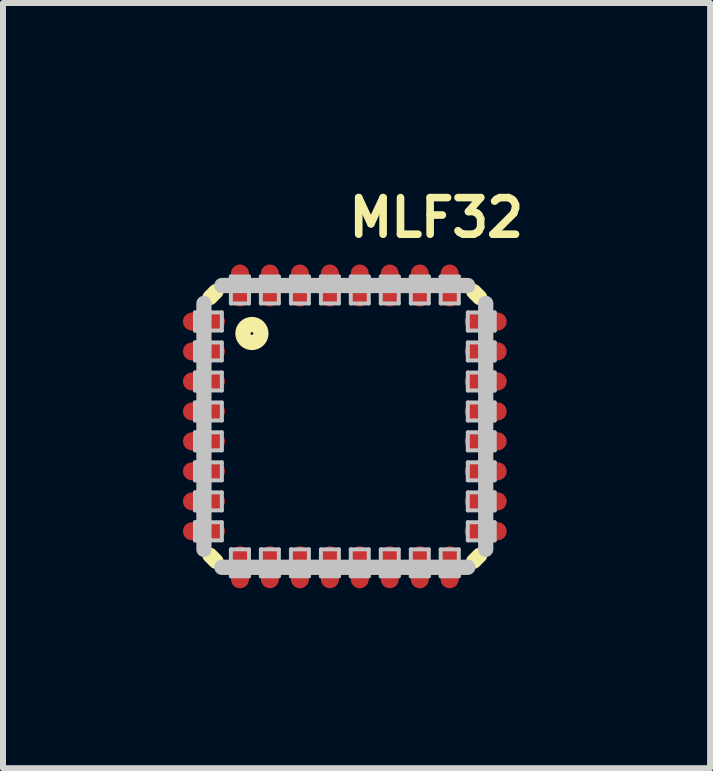
<source format=kicad_pcb>
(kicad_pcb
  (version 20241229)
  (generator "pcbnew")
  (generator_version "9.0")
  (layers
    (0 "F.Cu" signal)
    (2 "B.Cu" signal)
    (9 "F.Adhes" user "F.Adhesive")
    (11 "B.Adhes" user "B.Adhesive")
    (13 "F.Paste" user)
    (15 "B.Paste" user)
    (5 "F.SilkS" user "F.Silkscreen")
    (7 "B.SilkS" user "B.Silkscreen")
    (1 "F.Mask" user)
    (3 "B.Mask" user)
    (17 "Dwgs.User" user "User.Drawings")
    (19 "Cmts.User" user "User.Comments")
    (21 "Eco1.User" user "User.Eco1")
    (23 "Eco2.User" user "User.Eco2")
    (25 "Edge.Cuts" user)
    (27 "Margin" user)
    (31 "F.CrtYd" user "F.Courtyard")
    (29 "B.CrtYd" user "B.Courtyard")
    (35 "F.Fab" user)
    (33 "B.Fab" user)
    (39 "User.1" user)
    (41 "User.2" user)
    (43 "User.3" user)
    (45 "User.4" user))
  (footprint "MLF32"
    (layer "F.Cu")
    (at 2.699 4.059)
    (property "Reference" "MLF32" (at 1.524 -3.48 0) (layer "F.SilkS") (effects (font (size 0.61 0.61) (thickness 0.127))))
    (attr smd)
    (fp_line (start -2.248 -2.149) (end -2.149 -2.248) (stroke (width 0.254) (type solid)) (layer "F.SilkS"))
    (fp_line (start -2.149 2.248) (end -2.248 2.149) (stroke (width 0.254) (type solid)) (layer "F.SilkS"))
    (fp_line (start 2.149 -2.248) (end 2.248 -2.149) (stroke (width 0.254) (type solid)) (layer "F.SilkS"))
    (fp_line (start 2.248 2.149) (end 2.149 2.248) (stroke (width 0.254) (type solid)) (layer "F.SilkS"))
    (fp_circle (center -1.549 -1.549) (end -1.549 -1.699) (stroke (width 0.254) (type solid)) (fill no) (layer "F.SilkS"))
    (fp_line (start -2.499 -1.9) (end -2.05 -1.9) (stroke (width 0.066) (type solid)) (layer "Dwgs.User"))
    (fp_line (start -2.499 -1.598) (end -2.499 -1.9) (stroke (width 0.066) (type solid)) (layer "Dwgs.User"))
    (fp_line (start -2.499 -1.598) (end -2.05 -1.598) (stroke (width 0.066) (type solid)) (layer "Dwgs.User"))
    (fp_line (start -2.499 -1.4) (end -2.05 -1.4) (stroke (width 0.066) (type solid)) (layer "Dwgs.User"))
    (fp_line (start -2.499 -1.1) (end -2.499 -1.4) (stroke (width 0.066) (type solid)) (layer "Dwgs.User"))
    (fp_line (start -2.499 -1.1) (end -2.05 -1.1) (stroke (width 0.066) (type solid)) (layer "Dwgs.User"))
    (fp_line (start -2.499 -0.899) (end -2.05 -0.899) (stroke (width 0.066) (type solid)) (layer "Dwgs.User"))
    (fp_line (start -2.499 -0.599) (end -2.499 -0.899) (stroke (width 0.066) (type solid)) (layer "Dwgs.User"))
    (fp_line (start -2.499 -0.599) (end -2.05 -0.599) (stroke (width 0.066) (type solid)) (layer "Dwgs.User"))
    (fp_line (start -2.499 -0.399) (end -2.05 -0.399) (stroke (width 0.066) (type solid)) (layer "Dwgs.User"))
    (fp_line (start -2.499 -0.099) (end -2.499 -0.399) (stroke (width 0.066) (type solid)) (layer "Dwgs.User"))
    (fp_line (start -2.499 -0.099) (end -2.05 -0.099) (stroke (width 0.066) (type solid)) (layer "Dwgs.User"))
    (fp_line (start -2.499 0.099) (end -2.05 0.099) (stroke (width 0.066) (type solid)) (layer "Dwgs.User"))
    (fp_line (start -2.499 0.399) (end -2.499 0.099) (stroke (width 0.066) (type solid)) (layer "Dwgs.User"))
    (fp_line (start -2.499 0.399) (end -2.05 0.399) (stroke (width 0.066) (type solid)) (layer "Dwgs.User"))
    (fp_line (start -2.499 0.599) (end -2.05 0.599) (stroke (width 0.066) (type solid)) (layer "Dwgs.User"))
    (fp_line (start -2.499 0.899) (end -2.499 0.599) (stroke (width 0.066) (type solid)) (layer "Dwgs.User"))
    (fp_line (start -2.499 0.899) (end -2.05 0.899) (stroke (width 0.066) (type solid)) (layer "Dwgs.User"))
    (fp_line (start -2.499 1.1) (end -2.05 1.1) (stroke (width 0.066) (type solid)) (layer "Dwgs.User"))
    (fp_line (start -2.499 1.4) (end -2.499 1.1) (stroke (width 0.066) (type solid)) (layer "Dwgs.User"))
    (fp_line (start -2.499 1.4) (end -2.05 1.4) (stroke (width 0.066) (type solid)) (layer "Dwgs.User"))
    (fp_line (start -2.499 1.598) (end -2.05 1.598) (stroke (width 0.066) (type solid)) (layer "Dwgs.User"))
    (fp_line (start -2.499 1.9) (end -2.499 1.598) (stroke (width 0.066) (type solid)) (layer "Dwgs.User"))
    (fp_line (start -2.499 1.9) (end -2.05 1.9) (stroke (width 0.066) (type solid)) (layer "Dwgs.User"))
    (fp_line (start -2.349 2.05) (end -2.349 -2.05) (stroke (width 0.254) (type solid)) (layer "Dwgs.User"))
    (fp_line (start -2.05 -2.349) (end 2.05 -2.349) (stroke (width 0.254) (type solid)) (layer "Dwgs.User"))
    (fp_line (start -2.05 -1.598) (end -2.05 -1.9) (stroke (width 0.066) (type solid)) (layer "Dwgs.User"))
    (fp_line (start -2.05 -1.1) (end -2.05 -1.4) (stroke (width 0.066) (type solid)) (layer "Dwgs.User"))
    (fp_line (start -2.05 -0.599) (end -2.05 -0.899) (stroke (width 0.066) (type solid)) (layer "Dwgs.User"))
    (fp_line (start -2.05 -0.099) (end -2.05 -0.399) (stroke (width 0.066) (type solid)) (layer "Dwgs.User"))
    (fp_line (start -2.05 0.399) (end -2.05 0.099) (stroke (width 0.066) (type solid)) (layer "Dwgs.User"))
    (fp_line (start -2.05 0.899) (end -2.05 0.599) (stroke (width 0.066) (type solid)) (layer "Dwgs.User"))
    (fp_line (start -2.05 1.4) (end -2.05 1.1) (stroke (width 0.066) (type solid)) (layer "Dwgs.User"))
    (fp_line (start -2.05 1.9) (end -2.05 1.598) (stroke (width 0.066) (type solid)) (layer "Dwgs.User"))
    (fp_line (start -1.9 -2.499) (end -1.598 -2.499) (stroke (width 0.066) (type solid)) (layer "Dwgs.User"))
    (fp_line (start -1.9 -2.05) (end -1.9 -2.499) (stroke (width 0.066) (type solid)) (layer "Dwgs.User"))
    (fp_line (start -1.9 -2.05) (end -1.598 -2.05) (stroke (width 0.066) (type solid)) (layer "Dwgs.User"))
    (fp_line (start -1.9 2.05) (end -1.598 2.05) (stroke (width 0.066) (type solid)) (layer "Dwgs.User"))
    (fp_line (start -1.9 2.499) (end -1.9 2.05) (stroke (width 0.066) (type solid)) (layer "Dwgs.User"))
    (fp_line (start -1.9 2.499) (end -1.598 2.499) (stroke (width 0.066) (type solid)) (layer "Dwgs.User"))
    (fp_line (start -1.598 -2.05) (end -1.598 -2.499) (stroke (width 0.066) (type solid)) (layer "Dwgs.User"))
    (fp_line (start -1.598 2.499) (end -1.598 2.05) (stroke (width 0.066) (type solid)) (layer "Dwgs.User"))
    (fp_line (start -1.4 -2.499) (end -1.1 -2.499) (stroke (width 0.066) (type solid)) (layer "Dwgs.User"))
    (fp_line (start -1.4 -2.05) (end -1.4 -2.499) (stroke (width 0.066) (type solid)) (layer "Dwgs.User"))
    (fp_line (start -1.4 -2.05) (end -1.1 -2.05) (stroke (width 0.066) (type solid)) (layer "Dwgs.User"))
    (fp_line (start -1.4 2.05) (end -1.1 2.05) (stroke (width 0.066) (type solid)) (layer "Dwgs.User"))
    (fp_line (start -1.4 2.499) (end -1.4 2.05) (stroke (width 0.066) (type solid)) (layer "Dwgs.User"))
    (fp_line (start -1.4 2.499) (end -1.1 2.499) (stroke (width 0.066) (type solid)) (layer "Dwgs.User"))
    (fp_line (start -1.1 -2.05) (end -1.1 -2.499) (stroke (width 0.066) (type solid)) (layer "Dwgs.User"))
    (fp_line (start -1.1 2.499) (end -1.1 2.05) (stroke (width 0.066) (type solid)) (layer "Dwgs.User"))
    (fp_line (start -0.899 -2.499) (end -0.599 -2.499) (stroke (width 0.066) (type solid)) (layer "Dwgs.User"))
    (fp_line (start -0.899 -2.05) (end -0.899 -2.499) (stroke (width 0.066) (type solid)) (layer "Dwgs.User"))
    (fp_line (start -0.899 -2.05) (end -0.599 -2.05) (stroke (width 0.066) (type solid)) (layer "Dwgs.User"))
    (fp_line (start -0.899 2.05) (end -0.599 2.05) (stroke (width 0.066) (type solid)) (layer "Dwgs.User"))
    (fp_line (start -0.899 2.499) (end -0.899 2.05) (stroke (width 0.066) (type solid)) (layer "Dwgs.User"))
    (fp_line (start -0.899 2.499) (end -0.599 2.499) (stroke (width 0.066) (type solid)) (layer "Dwgs.User"))
    (fp_line (start -0.599 -2.05) (end -0.599 -2.499) (stroke (width 0.066) (type solid)) (layer "Dwgs.User"))
    (fp_line (start -0.599 2.499) (end -0.599 2.05) (stroke (width 0.066) (type solid)) (layer "Dwgs.User"))
    (fp_line (start -0.399 -2.499) (end -0.099 -2.499) (stroke (width 0.066) (type solid)) (layer "Dwgs.User"))
    (fp_line (start -0.399 -2.05) (end -0.399 -2.499) (stroke (width 0.066) (type solid)) (layer "Dwgs.User"))
    (fp_line (start -0.399 -2.05) (end -0.099 -2.05) (stroke (width 0.066) (type solid)) (layer "Dwgs.User"))
    (fp_line (start -0.399 2.05) (end -0.099 2.05) (stroke (width 0.066) (type solid)) (layer "Dwgs.User"))
    (fp_line (start -0.399 2.499) (end -0.399 2.05) (stroke (width 0.066) (type solid)) (layer "Dwgs.User"))
    (fp_line (start -0.399 2.499) (end -0.099 2.499) (stroke (width 0.066) (type solid)) (layer "Dwgs.User"))
    (fp_line (start -0.099 -2.05) (end -0.099 -2.499) (stroke (width 0.066) (type solid)) (layer "Dwgs.User"))
    (fp_line (start -0.099 2.499) (end -0.099 2.05) (stroke (width 0.066) (type solid)) (layer "Dwgs.User"))
    (fp_line (start 0.099 -2.499) (end 0.399 -2.499) (stroke (width 0.066) (type solid)) (layer "Dwgs.User"))
    (fp_line (start 0.099 -2.05) (end 0.099 -2.499) (stroke (width 0.066) (type solid)) (layer "Dwgs.User"))
    (fp_line (start 0.099 -2.05) (end 0.399 -2.05) (stroke (width 0.066) (type solid)) (layer "Dwgs.User"))
    (fp_line (start 0.099 2.05) (end 0.399 2.05) (stroke (width 0.066) (type solid)) (layer "Dwgs.User"))
    (fp_line (start 0.099 2.499) (end 0.099 2.05) (stroke (width 0.066) (type solid)) (layer "Dwgs.User"))
    (fp_line (start 0.099 2.499) (end 0.399 2.499) (stroke (width 0.066) (type solid)) (layer "Dwgs.User"))
    (fp_line (start 0.399 -2.05) (end 0.399 -2.499) (stroke (width 0.066) (type solid)) (layer "Dwgs.User"))
    (fp_line (start 0.399 2.499) (end 0.399 2.05) (stroke (width 0.066) (type solid)) (layer "Dwgs.User"))
    (fp_line (start 0.599 -2.499) (end 0.899 -2.499) (stroke (width 0.066) (type solid)) (layer "Dwgs.User"))
    (fp_line (start 0.599 -2.05) (end 0.599 -2.499) (stroke (width 0.066) (type solid)) (layer "Dwgs.User"))
    (fp_line (start 0.599 -2.05) (end 0.899 -2.05) (stroke (width 0.066) (type solid)) (layer "Dwgs.User"))
    (fp_line (start 0.599 2.05) (end 0.899 2.05) (stroke (width 0.066) (type solid)) (layer "Dwgs.User"))
    (fp_line (start 0.599 2.499) (end 0.599 2.05) (stroke (width 0.066) (type solid)) (layer "Dwgs.User"))
    (fp_line (start 0.599 2.499) (end 0.899 2.499) (stroke (width 0.066) (type solid)) (layer "Dwgs.User"))
    (fp_line (start 0.899 -2.05) (end 0.899 -2.499) (stroke (width 0.066) (type solid)) (layer "Dwgs.User"))
    (fp_line (start 0.899 2.499) (end 0.899 2.05) (stroke (width 0.066) (type solid)) (layer "Dwgs.User"))
    (fp_line (start 1.1 -2.499) (end 1.4 -2.499) (stroke (width 0.066) (type solid)) (layer "Dwgs.User"))
    (fp_line (start 1.1 -2.05) (end 1.1 -2.499) (stroke (width 0.066) (type solid)) (layer "Dwgs.User"))
    (fp_line (start 1.1 -2.05) (end 1.4 -2.05) (stroke (width 0.066) (type solid)) (layer "Dwgs.User"))
    (fp_line (start 1.1 2.05) (end 1.4 2.05) (stroke (width 0.066) (type solid)) (layer "Dwgs.User"))
    (fp_line (start 1.1 2.499) (end 1.1 2.05) (stroke (width 0.066) (type solid)) (layer "Dwgs.User"))
    (fp_line (start 1.1 2.499) (end 1.4 2.499) (stroke (width 0.066) (type solid)) (layer "Dwgs.User"))
    (fp_line (start 1.4 -2.05) (end 1.4 -2.499) (stroke (width 0.066) (type solid)) (layer "Dwgs.User"))
    (fp_line (start 1.4 2.499) (end 1.4 2.05) (stroke (width 0.066) (type solid)) (layer "Dwgs.User"))
    (fp_line (start 1.598 -2.499) (end 1.9 -2.499) (stroke (width 0.066) (type solid)) (layer "Dwgs.User"))
    (fp_line (start 1.598 -2.05) (end 1.598 -2.499) (stroke (width 0.066) (type solid)) (layer "Dwgs.User"))
    (fp_line (start 1.598 -2.05) (end 1.9 -2.05) (stroke (width 0.066) (type solid)) (layer "Dwgs.User"))
    (fp_line (start 1.598 2.05) (end 1.9 2.05) (stroke (width 0.066) (type solid)) (layer "Dwgs.User"))
    (fp_line (start 1.598 2.499) (end 1.598 2.05) (stroke (width 0.066) (type solid)) (layer "Dwgs.User"))
    (fp_line (start 1.598 2.499) (end 1.9 2.499) (stroke (width 0.066) (type solid)) (layer "Dwgs.User"))
    (fp_line (start 1.9 -2.05) (end 1.9 -2.499) (stroke (width 0.066) (type solid)) (layer "Dwgs.User"))
    (fp_line (start 1.9 2.499) (end 1.9 2.05) (stroke (width 0.066) (type solid)) (layer "Dwgs.User"))
    (fp_line (start 2.05 -1.9) (end 2.499 -1.9) (stroke (width 0.066) (type solid)) (layer "Dwgs.User"))
    (fp_line (start 2.05 -1.598) (end 2.05 -1.9) (stroke (width 0.066) (type solid)) (layer "Dwgs.User"))
    (fp_line (start 2.05 -1.598) (end 2.499 -1.598) (stroke (width 0.066) (type solid)) (layer "Dwgs.User"))
    (fp_line (start 2.05 -1.4) (end 2.499 -1.4) (stroke (width 0.066) (type solid)) (layer "Dwgs.User"))
    (fp_line (start 2.05 -1.1) (end 2.05 -1.4) (stroke (width 0.066) (type solid)) (layer "Dwgs.User"))
    (fp_line (start 2.05 -1.1) (end 2.499 -1.1) (stroke (width 0.066) (type solid)) (layer "Dwgs.User"))
    (fp_line (start 2.05 -0.899) (end 2.499 -0.899) (stroke (width 0.066) (type solid)) (layer "Dwgs.User"))
    (fp_line (start 2.05 -0.599) (end 2.05 -0.899) (stroke (width 0.066) (type solid)) (layer "Dwgs.User"))
    (fp_line (start 2.05 -0.599) (end 2.499 -0.599) (stroke (width 0.066) (type solid)) (layer "Dwgs.User"))
    (fp_line (start 2.05 -0.399) (end 2.499 -0.399) (stroke (width 0.066) (type solid)) (layer "Dwgs.User"))
    (fp_line (start 2.05 -0.099) (end 2.05 -0.399) (stroke (width 0.066) (type solid)) (layer "Dwgs.User"))
    (fp_line (start 2.05 -0.099) (end 2.499 -0.099) (stroke (width 0.066) (type solid)) (layer "Dwgs.User"))
    (fp_line (start 2.05 0.099) (end 2.499 0.099) (stroke (width 0.066) (type solid)) (layer "Dwgs.User"))
    (fp_line (start 2.05 0.399) (end 2.05 0.099) (stroke (width 0.066) (type solid)) (layer "Dwgs.User"))
    (fp_line (start 2.05 0.399) (end 2.499 0.399) (stroke (width 0.066) (type solid)) (layer "Dwgs.User"))
    (fp_line (start 2.05 0.599) (end 2.499 0.599) (stroke (width 0.066) (type solid)) (layer "Dwgs.User"))
    (fp_line (start 2.05 0.899) (end 2.05 0.599) (stroke (width 0.066) (type solid)) (layer "Dwgs.User"))
    (fp_line (start 2.05 0.899) (end 2.499 0.899) (stroke (width 0.066) (type solid)) (layer "Dwgs.User"))
    (fp_line (start 2.05 1.1) (end 2.499 1.1) (stroke (width 0.066) (type solid)) (layer "Dwgs.User"))
    (fp_line (start 2.05 1.4) (end 2.05 1.1) (stroke (width 0.066) (type solid)) (layer "Dwgs.User"))
    (fp_line (start 2.05 1.4) (end 2.499 1.4) (stroke (width 0.066) (type solid)) (layer "Dwgs.User"))
    (fp_line (start 2.05 1.598) (end 2.499 1.598) (stroke (width 0.066) (type solid)) (layer "Dwgs.User"))
    (fp_line (start 2.05 1.9) (end 2.05 1.598) (stroke (width 0.066) (type solid)) (layer "Dwgs.User"))
    (fp_line (start 2.05 1.9) (end 2.499 1.9) (stroke (width 0.066) (type solid)) (layer "Dwgs.User"))
    (fp_line (start 2.05 2.349) (end -2.05 2.349) (stroke (width 0.254) (type solid)) (layer "Dwgs.User"))
    (fp_line (start 2.349 -2.05) (end 2.349 2.05) (stroke (width 0.254) (type solid)) (layer "Dwgs.User"))
    (fp_line (start 2.499 -1.598) (end 2.499 -1.9) (stroke (width 0.066) (type solid)) (layer "Dwgs.User"))
    (fp_line (start 2.499 -1.1) (end 2.499 -1.4) (stroke (width 0.066) (type solid)) (layer "Dwgs.User"))
    (fp_line (start 2.499 -0.599) (end 2.499 -0.899) (stroke (width 0.066) (type solid)) (layer "Dwgs.User"))
    (fp_line (start 2.499 -0.099) (end 2.499 -0.399) (stroke (width 0.066) (type solid)) (layer "Dwgs.User"))
    (fp_line (start 2.499 0.399) (end 2.499 0.099) (stroke (width 0.066) (type solid)) (layer "Dwgs.User"))
    (fp_line (start 2.499 0.899) (end 2.499 0.599) (stroke (width 0.066) (type solid)) (layer "Dwgs.User"))
    (fp_line (start 2.499 1.4) (end 2.499 1.1) (stroke (width 0.066) (type solid)) (layer "Dwgs.User"))
    (fp_line (start 2.499 1.9) (end 2.499 1.598) (stroke (width 0.066) (type solid)) (layer "Dwgs.User"))
    (pad "1" smd oval (at -2.349 -1.748) (size 0.699 0.3) (layers "F.Cu" "F.Mask" "F.Paste"))
    (pad "2" smd oval (at -2.349 -1.25) (size 0.699 0.3) (layers "F.Cu" "F.Mask" "F.Paste"))
    (pad "3" smd oval (at -2.349 -0.749) (size 0.699 0.3) (layers "F.Cu" "F.Mask" "F.Paste"))
    (pad "4" smd oval (at -2.349 -0.249) (size 0.699 0.3) (layers "F.Cu" "F.Mask" "F.Paste"))
    (pad "5" smd oval (at -2.349 0.249) (size 0.699 0.3) (layers "F.Cu" "F.Mask" "F.Paste"))
    (pad "6" smd oval (at -2.349 0.749) (size 0.699 0.3) (layers "F.Cu" "F.Mask" "F.Paste"))
    (pad "7" smd oval (at -2.349 1.25) (size 0.699 0.3) (layers "F.Cu" "F.Mask" "F.Paste"))
    (pad "8" smd oval (at -2.349 1.748) (size 0.699 0.3) (layers "F.Cu" "F.Mask" "F.Paste"))
    (pad "9" smd oval (at -1.748 2.349) (size 0.3 0.699) (layers "F.Cu" "F.Mask" "F.Paste"))
    (pad "10" smd oval (at -1.25 2.349) (size 0.3 0.699) (layers "F.Cu" "F.Mask" "F.Paste"))
    (pad "11" smd oval (at -0.749 2.349) (size 0.3 0.699) (layers "F.Cu" "F.Mask" "F.Paste"))
    (pad "12" smd oval (at -0.249 2.349) (size 0.3 0.699) (layers "F.Cu" "F.Mask" "F.Paste"))
    (pad "13" smd oval (at 0.249 2.349) (size 0.3 0.699) (layers "F.Cu" "F.Mask" "F.Paste"))
    (pad "14" smd oval (at 0.749 2.349) (size 0.3 0.699) (layers "F.Cu" "F.Mask" "F.Paste"))
    (pad "15" smd oval (at 1.25 2.349) (size 0.3 0.699) (layers "F.Cu" "F.Mask" "F.Paste"))
    (pad "16" smd oval (at 1.748 2.349) (size 0.3 0.699) (layers "F.Cu" "F.Mask" "F.Paste"))
    (pad "17" smd oval (at 2.349 1.748) (size 0.699 0.3) (layers "F.Cu" "F.Mask" "F.Paste"))
    (pad "18" smd oval (at 2.349 1.25) (size 0.699 0.3) (layers "F.Cu" "F.Mask" "F.Paste"))
    (pad "19" smd oval (at 2.349 0.749) (size 0.699 0.3) (layers "F.Cu" "F.Mask" "F.Paste"))
    (pad "20" smd oval (at 2.349 0.249) (size 0.699 0.3) (layers "F.Cu" "F.Mask" "F.Paste"))
    (pad "21" smd oval (at 2.349 -0.249) (size 0.699 0.3) (layers "F.Cu" "F.Mask" "F.Paste"))
    (pad "22" smd oval (at 2.349 -0.749) (size 0.699 0.3) (layers "F.Cu" "F.Mask" "F.Paste"))
    (pad "23" smd oval (at 2.349 -1.25) (size 0.699 0.3) (layers "F.Cu" "F.Mask" "F.Paste"))
    (pad "24" smd oval (at 2.349 -1.748) (size 0.699 0.3) (layers "F.Cu" "F.Mask" "F.Paste"))
    (pad "25" smd oval (at 1.748 -2.349) (size 0.3 0.699) (layers "F.Cu" "F.Mask" "F.Paste"))
    (pad "26" smd oval (at 1.25 -2.349) (size 0.3 0.699) (layers "F.Cu" "F.Mask" "F.Paste"))
    (pad "27" smd oval (at 0.749 -2.349) (size 0.3 0.699) (layers "F.Cu" "F.Mask" "F.Paste"))
    (pad "28" smd oval (at 0.249 -2.349) (size 0.3 0.699) (layers "F.Cu" "F.Mask" "F.Paste"))
    (pad "29" smd oval (at -0.249 -2.349) (size 0.3 0.699) (layers "F.Cu" "F.Mask" "F.Paste"))
    (pad "30" smd oval (at -0.749 -2.349) (size 0.3 0.699) (layers "F.Cu" "F.Mask" "F.Paste"))
    (pad "31" smd oval (at -1.25 -2.349) (size 0.3 0.699) (layers "F.Cu" "F.Mask" "F.Paste"))
    (pad "32" smd oval (at -1.748 -2.349) (size 0.3 0.699) (layers "F.Cu" "F.Mask" "F.Paste")))
  (gr_rect
    (start -3 -3)
    (end 8.789 9.758)
    (stroke (width 0.1) (type default))
    (fill no)
    (layer "Edge.Cuts")))
</source>
